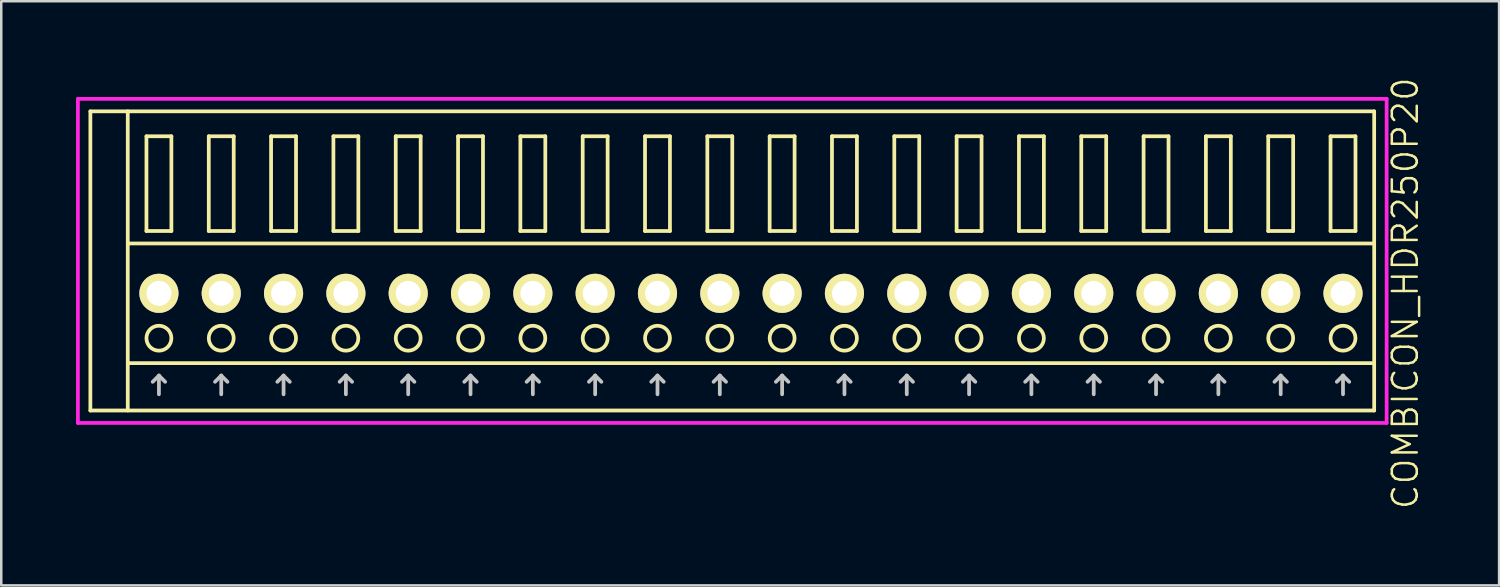
<source format=kicad_pcb>
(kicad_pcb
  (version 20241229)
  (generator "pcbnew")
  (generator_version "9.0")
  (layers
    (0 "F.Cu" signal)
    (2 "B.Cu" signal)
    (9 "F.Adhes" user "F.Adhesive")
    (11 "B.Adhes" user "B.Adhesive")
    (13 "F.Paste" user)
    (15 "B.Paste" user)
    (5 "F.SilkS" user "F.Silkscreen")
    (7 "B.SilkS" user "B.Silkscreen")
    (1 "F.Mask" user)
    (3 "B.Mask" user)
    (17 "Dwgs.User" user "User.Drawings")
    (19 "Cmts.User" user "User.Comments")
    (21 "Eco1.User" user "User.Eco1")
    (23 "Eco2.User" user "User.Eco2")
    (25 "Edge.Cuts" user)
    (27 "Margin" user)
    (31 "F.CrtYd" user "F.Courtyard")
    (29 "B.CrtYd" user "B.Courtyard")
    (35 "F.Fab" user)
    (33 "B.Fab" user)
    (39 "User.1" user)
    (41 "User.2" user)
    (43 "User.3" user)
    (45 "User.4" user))
  (footprint "COMBICON_HDR250P20"
    (layer "F.Cu")
    (at 27.075 8.717)
    (property "Reference" "COMBICON_HDR250P20" (at 26.25 0 90) (layer "F.SilkS") (effects (font (size 1 1) (thickness 0.1))))
    (attr through_hole)
    (fp_line (start -26.5 -7.3) (end -26.5 4.7) (stroke (width 0.15) (type solid)) (layer "F.SilkS"))
    (fp_line (start -26.5 4.7) (end 25 4.7) (stroke (width 0.15) (type solid)) (layer "F.SilkS"))
    (fp_line (start -25 -2) (end 25 -2) (stroke (width 0.15) (type solid)) (layer "F.SilkS"))
    (fp_line (start -25 2.8) (end 25 2.8) (stroke (width 0.15) (type solid)) (layer "F.SilkS"))
    (fp_line (start -25 4.7) (end -25 -7.3) (stroke (width 0.15) (type solid)) (layer "F.SilkS"))
    (fp_line (start -24.25 -6.3) (end -24.25 -2.5) (stroke (width 0.15) (type solid)) (layer "F.SilkS"))
    (fp_line (start -24.25 -2.5) (end -23.25 -2.5) (stroke (width 0.15) (type solid)) (layer "F.SilkS"))
    (fp_line (start -23.25 -6.3) (end -24.25 -6.3) (stroke (width 0.15) (type solid)) (layer "F.SilkS"))
    (fp_line (start -23.25 -2.5) (end -23.25 -6.3) (stroke (width 0.15) (type solid)) (layer "F.SilkS"))
    (fp_line (start -21.75 -6.3) (end -21.75 -2.5) (stroke (width 0.15) (type solid)) (layer "F.SilkS"))
    (fp_line (start -21.75 -2.5) (end -20.75 -2.5) (stroke (width 0.15) (type solid)) (layer "F.SilkS"))
    (fp_line (start -20.75 -6.3) (end -21.75 -6.3) (stroke (width 0.15) (type solid)) (layer "F.SilkS"))
    (fp_line (start -20.75 -2.5) (end -20.75 -6.3) (stroke (width 0.15) (type solid)) (layer "F.SilkS"))
    (fp_line (start -19.25 -6.3) (end -19.25 -2.5) (stroke (width 0.15) (type solid)) (layer "F.SilkS"))
    (fp_line (start -19.25 -2.5) (end -18.25 -2.5) (stroke (width 0.15) (type solid)) (layer "F.SilkS"))
    (fp_line (start -18.25 -6.3) (end -19.25 -6.3) (stroke (width 0.15) (type solid)) (layer "F.SilkS"))
    (fp_line (start -18.25 -2.5) (end -18.25 -6.3) (stroke (width 0.15) (type solid)) (layer "F.SilkS"))
    (fp_line (start -16.75 -6.3) (end -16.75 -2.5) (stroke (width 0.15) (type solid)) (layer "F.SilkS"))
    (fp_line (start -16.75 -2.5) (end -15.75 -2.5) (stroke (width 0.15) (type solid)) (layer "F.SilkS"))
    (fp_line (start -15.75 -6.3) (end -16.75 -6.3) (stroke (width 0.15) (type solid)) (layer "F.SilkS"))
    (fp_line (start -15.75 -2.5) (end -15.75 -6.3) (stroke (width 0.15) (type solid)) (layer "F.SilkS"))
    (fp_line (start -14.25 -6.3) (end -14.25 -2.5) (stroke (width 0.15) (type solid)) (layer "F.SilkS"))
    (fp_line (start -14.25 -2.5) (end -13.25 -2.5) (stroke (width 0.15) (type solid)) (layer "F.SilkS"))
    (fp_line (start -13.25 -6.3) (end -14.25 -6.3) (stroke (width 0.15) (type solid)) (layer "F.SilkS"))
    (fp_line (start -13.25 -2.5) (end -13.25 -6.3) (stroke (width 0.15) (type solid)) (layer "F.SilkS"))
    (fp_line (start -11.75 -6.3) (end -11.75 -2.5) (stroke (width 0.15) (type solid)) (layer "F.SilkS"))
    (fp_line (start -11.75 -2.5) (end -10.75 -2.5) (stroke (width 0.15) (type solid)) (layer "F.SilkS"))
    (fp_line (start -10.75 -6.3) (end -11.75 -6.3) (stroke (width 0.15) (type solid)) (layer "F.SilkS"))
    (fp_line (start -10.75 -2.5) (end -10.75 -6.3) (stroke (width 0.15) (type solid)) (layer "F.SilkS"))
    (fp_line (start -9.25 -6.3) (end -9.25 -2.5) (stroke (width 0.15) (type solid)) (layer "F.SilkS"))
    (fp_line (start -9.25 -2.5) (end -8.25 -2.5) (stroke (width 0.15) (type solid)) (layer "F.SilkS"))
    (fp_line (start -8.25 -6.3) (end -9.25 -6.3) (stroke (width 0.15) (type solid)) (layer "F.SilkS"))
    (fp_line (start -8.25 -2.5) (end -8.25 -6.3) (stroke (width 0.15) (type solid)) (layer "F.SilkS"))
    (fp_line (start -6.75 -6.3) (end -6.75 -2.5) (stroke (width 0.15) (type solid)) (layer "F.SilkS"))
    (fp_line (start -6.75 -2.5) (end -5.75 -2.5) (stroke (width 0.15) (type solid)) (layer "F.SilkS"))
    (fp_line (start -5.75 -6.3) (end -6.75 -6.3) (stroke (width 0.15) (type solid)) (layer "F.SilkS"))
    (fp_line (start -5.75 -2.5) (end -5.75 -6.3) (stroke (width 0.15) (type solid)) (layer "F.SilkS"))
    (fp_line (start -4.25 -6.3) (end -4.25 -2.5) (stroke (width 0.15) (type solid)) (layer "F.SilkS"))
    (fp_line (start -4.25 -2.5) (end -3.25 -2.5) (stroke (width 0.15) (type solid)) (layer "F.SilkS"))
    (fp_line (start -3.25 -6.3) (end -4.25 -6.3) (stroke (width 0.15) (type solid)) (layer "F.SilkS"))
    (fp_line (start -3.25 -2.5) (end -3.25 -6.3) (stroke (width 0.15) (type solid)) (layer "F.SilkS"))
    (fp_line (start -1.75 -6.3) (end -1.75 -2.5) (stroke (width 0.15) (type solid)) (layer "F.SilkS"))
    (fp_line (start -1.75 -2.5) (end -0.75 -2.5) (stroke (width 0.15) (type solid)) (layer "F.SilkS"))
    (fp_line (start -0.75 -6.3) (end -1.75 -6.3) (stroke (width 0.15) (type solid)) (layer "F.SilkS"))
    (fp_line (start -0.75 -2.5) (end -0.75 -6.3) (stroke (width 0.15) (type solid)) (layer "F.SilkS"))
    (fp_line (start 0.75 -6.3) (end 0.75 -2.5) (stroke (width 0.15) (type solid)) (layer "F.SilkS"))
    (fp_line (start 0.75 -2.5) (end 1.75 -2.5) (stroke (width 0.15) (type solid)) (layer "F.SilkS"))
    (fp_line (start 1.75 -6.3) (end 0.75 -6.3) (stroke (width 0.15) (type solid)) (layer "F.SilkS"))
    (fp_line (start 1.75 -2.5) (end 1.75 -6.3) (stroke (width 0.15) (type solid)) (layer "F.SilkS"))
    (fp_line (start 3.25 -6.3) (end 3.25 -2.5) (stroke (width 0.15) (type solid)) (layer "F.SilkS"))
    (fp_line (start 3.25 -2.5) (end 4.25 -2.5) (stroke (width 0.15) (type solid)) (layer "F.SilkS"))
    (fp_line (start 4.25 -6.3) (end 3.25 -6.3) (stroke (width 0.15) (type solid)) (layer "F.SilkS"))
    (fp_line (start 4.25 -2.5) (end 4.25 -6.3) (stroke (width 0.15) (type solid)) (layer "F.SilkS"))
    (fp_line (start 5.75 -6.3) (end 5.75 -2.5) (stroke (width 0.15) (type solid)) (layer "F.SilkS"))
    (fp_line (start 5.75 -2.5) (end 6.75 -2.5) (stroke (width 0.15) (type solid)) (layer "F.SilkS"))
    (fp_line (start 6.75 -6.3) (end 5.75 -6.3) (stroke (width 0.15) (type solid)) (layer "F.SilkS"))
    (fp_line (start 6.75 -2.5) (end 6.75 -6.3) (stroke (width 0.15) (type solid)) (layer "F.SilkS"))
    (fp_line (start 8.25 -6.3) (end 8.25 -2.5) (stroke (width 0.15) (type solid)) (layer "F.SilkS"))
    (fp_line (start 8.25 -2.5) (end 9.25 -2.5) (stroke (width 0.15) (type solid)) (layer "F.SilkS"))
    (fp_line (start 9.25 -6.3) (end 8.25 -6.3) (stroke (width 0.15) (type solid)) (layer "F.SilkS"))
    (fp_line (start 9.25 -2.5) (end 9.25 -6.3) (stroke (width 0.15) (type solid)) (layer "F.SilkS"))
    (fp_line (start 10.75 -6.3) (end 10.75 -2.5) (stroke (width 0.15) (type solid)) (layer "F.SilkS"))
    (fp_line (start 10.75 -2.5) (end 11.75 -2.5) (stroke (width 0.15) (type solid)) (layer "F.SilkS"))
    (fp_line (start 11.75 -6.3) (end 10.75 -6.3) (stroke (width 0.15) (type solid)) (layer "F.SilkS"))
    (fp_line (start 11.75 -2.5) (end 11.75 -6.3) (stroke (width 0.15) (type solid)) (layer "F.SilkS"))
    (fp_line (start 13.25 -6.3) (end 13.25 -2.5) (stroke (width 0.15) (type solid)) (layer "F.SilkS"))
    (fp_line (start 13.25 -2.5) (end 14.25 -2.5) (stroke (width 0.15) (type solid)) (layer "F.SilkS"))
    (fp_line (start 14.25 -6.3) (end 13.25 -6.3) (stroke (width 0.15) (type solid)) (layer "F.SilkS"))
    (fp_line (start 14.25 -2.5) (end 14.25 -6.3) (stroke (width 0.15) (type solid)) (layer "F.SilkS"))
    (fp_line (start 15.75 -6.3) (end 15.75 -2.5) (stroke (width 0.15) (type solid)) (layer "F.SilkS"))
    (fp_line (start 15.75 -2.5) (end 16.75 -2.5) (stroke (width 0.15) (type solid)) (layer "F.SilkS"))
    (fp_line (start 16.75 -6.3) (end 15.75 -6.3) (stroke (width 0.15) (type solid)) (layer "F.SilkS"))
    (fp_line (start 16.75 -2.5) (end 16.75 -6.3) (stroke (width 0.15) (type solid)) (layer "F.SilkS"))
    (fp_line (start 18.25 -6.3) (end 18.25 -2.5) (stroke (width 0.15) (type solid)) (layer "F.SilkS"))
    (fp_line (start 18.25 -2.5) (end 19.25 -2.5) (stroke (width 0.15) (type solid)) (layer "F.SilkS"))
    (fp_line (start 19.25 -6.3) (end 18.25 -6.3) (stroke (width 0.15) (type solid)) (layer "F.SilkS"))
    (fp_line (start 19.25 -2.5) (end 19.25 -6.3) (stroke (width 0.15) (type solid)) (layer "F.SilkS"))
    (fp_line (start 20.75 -6.3) (end 20.75 -2.5) (stroke (width 0.15) (type solid)) (layer "F.SilkS"))
    (fp_line (start 20.75 -2.5) (end 21.75 -2.5) (stroke (width 0.15) (type solid)) (layer "F.SilkS"))
    (fp_line (start 21.75 -6.3) (end 20.75 -6.3) (stroke (width 0.15) (type solid)) (layer "F.SilkS"))
    (fp_line (start 21.75 -2.5) (end 21.75 -6.3) (stroke (width 0.15) (type solid)) (layer "F.SilkS"))
    (fp_line (start 23.25 -6.3) (end 23.25 -2.5) (stroke (width 0.15) (type solid)) (layer "F.SilkS"))
    (fp_line (start 23.25 -2.5) (end 24.25 -2.5) (stroke (width 0.15) (type solid)) (layer "F.SilkS"))
    (fp_line (start 24.25 -6.3) (end 23.25 -6.3) (stroke (width 0.15) (type solid)) (layer "F.SilkS"))
    (fp_line (start 24.25 -2.5) (end 24.25 -6.3) (stroke (width 0.15) (type solid)) (layer "F.SilkS"))
    (fp_line (start 25 -7.3) (end -26.5 -7.3) (stroke (width 0.15) (type solid)) (layer "F.SilkS"))
    (fp_line (start 25 4.7) (end 25 -7.3) (stroke (width 0.15) (type solid)) (layer "F.SilkS"))
    (fp_circle (center -23.75 1.8) (end -23.25 1.8) (stroke (width 0.15) (type solid)) (fill no) (layer "F.SilkS"))
    (fp_circle (center -21.25 1.8) (end -20.75 1.8) (stroke (width 0.15) (type solid)) (fill no) (layer "F.SilkS"))
    (fp_circle (center -18.75 1.8) (end -18.25 1.8) (stroke (width 0.15) (type solid)) (fill no) (layer "F.SilkS"))
    (fp_circle (center -16.25 1.8) (end -15.75 1.8) (stroke (width 0.15) (type solid)) (fill no) (layer "F.SilkS"))
    (fp_circle (center -13.75 1.8) (end -13.25 1.8) (stroke (width 0.15) (type solid)) (fill no) (layer "F.SilkS"))
    (fp_circle (center -11.25 1.8) (end -10.75 1.8) (stroke (width 0.15) (type solid)) (fill no) (layer "F.SilkS"))
    (fp_circle (center -8.75 1.8) (end -8.25 1.8) (stroke (width 0.15) (type solid)) (fill no) (layer "F.SilkS"))
    (fp_circle (center -6.25 1.8) (end -5.75 1.8) (stroke (width 0.15) (type solid)) (fill no) (layer "F.SilkS"))
    (fp_circle (center -3.75 1.8) (end -3.25 1.8) (stroke (width 0.15) (type solid)) (fill no) (layer "F.SilkS"))
    (fp_circle (center -1.25 1.8) (end -0.75 1.8) (stroke (width 0.15) (type solid)) (fill no) (layer "F.SilkS"))
    (fp_circle (center 1.25 1.8) (end 1.75 1.8) (stroke (width 0.15) (type solid)) (fill no) (layer "F.SilkS"))
    (fp_circle (center 3.75 1.8) (end 4.25 1.8) (stroke (width 0.15) (type solid)) (fill no) (layer "F.SilkS"))
    (fp_circle (center 6.25 1.8) (end 6.75 1.8) (stroke (width 0.15) (type solid)) (fill no) (layer "F.SilkS"))
    (fp_circle (center 8.75 1.8) (end 9.25 1.8) (stroke (width 0.15) (type solid)) (fill no) (layer "F.SilkS"))
    (fp_circle (center 11.25 1.8) (end 11.75 1.8) (stroke (width 0.15) (type solid)) (fill no) (layer "F.SilkS"))
    (fp_circle (center 13.75 1.8) (end 14.25 1.8) (stroke (width 0.15) (type solid)) (fill no) (layer "F.SilkS"))
    (fp_circle (center 16.25 1.8) (end 16.75 1.8) (stroke (width 0.15) (type solid)) (fill no) (layer "F.SilkS"))
    (fp_circle (center 18.75 1.8) (end 19.25 1.8) (stroke (width 0.15) (type solid)) (fill no) (layer "F.SilkS"))
    (fp_circle (center 21.25 1.8) (end 21.75 1.8) (stroke (width 0.15) (type solid)) (fill no) (layer "F.SilkS"))
    (fp_circle (center 23.75 1.8) (end 24.25 1.8) (stroke (width 0.15) (type solid)) (fill no) (layer "F.SilkS"))
    (fp_line (start -24 3.55) (end -23.75 3.3) (stroke (width 0.15) (type solid)) (layer "Dwgs.User"))
    (fp_line (start -23.75 4.05) (end -23.75 3.3) (stroke (width 0.15) (type solid)) (layer "Dwgs.User"))
    (fp_line (start -23.5 3.55) (end -23.75 3.3) (stroke (width 0.15) (type solid)) (layer "Dwgs.User"))
    (fp_line (start -21.5 3.55) (end -21.25 3.3) (stroke (width 0.15) (type solid)) (layer "Dwgs.User"))
    (fp_line (start -21.25 4.05) (end -21.25 3.3) (stroke (width 0.15) (type solid)) (layer "Dwgs.User"))
    (fp_line (start -21 3.55) (end -21.25 3.3) (stroke (width 0.15) (type solid)) (layer "Dwgs.User"))
    (fp_line (start -19 3.55) (end -18.75 3.3) (stroke (width 0.15) (type solid)) (layer "Dwgs.User"))
    (fp_line (start -18.75 4.05) (end -18.75 3.3) (stroke (width 0.15) (type solid)) (layer "Dwgs.User"))
    (fp_line (start -18.5 3.55) (end -18.75 3.3) (stroke (width 0.15) (type solid)) (layer "Dwgs.User"))
    (fp_line (start -16.5 3.55) (end -16.25 3.3) (stroke (width 0.15) (type solid)) (layer "Dwgs.User"))
    (fp_line (start -16.25 4.05) (end -16.25 3.3) (stroke (width 0.15) (type solid)) (layer "Dwgs.User"))
    (fp_line (start -16 3.55) (end -16.25 3.3) (stroke (width 0.15) (type solid)) (layer "Dwgs.User"))
    (fp_line (start -14 3.55) (end -13.75 3.3) (stroke (width 0.15) (type solid)) (layer "Dwgs.User"))
    (fp_line (start -13.75 4.05) (end -13.75 3.3) (stroke (width 0.15) (type solid)) (layer "Dwgs.User"))
    (fp_line (start -13.5 3.55) (end -13.75 3.3) (stroke (width 0.15) (type solid)) (layer "Dwgs.User"))
    (fp_line (start -11.5 3.55) (end -11.25 3.3) (stroke (width 0.15) (type solid)) (layer "Dwgs.User"))
    (fp_line (start -11.25 4.05) (end -11.25 3.3) (stroke (width 0.15) (type solid)) (layer "Dwgs.User"))
    (fp_line (start -11 3.55) (end -11.25 3.3) (stroke (width 0.15) (type solid)) (layer "Dwgs.User"))
    (fp_line (start -9 3.55) (end -8.75 3.3) (stroke (width 0.15) (type solid)) (layer "Dwgs.User"))
    (fp_line (start -8.75 4.05) (end -8.75 3.3) (stroke (width 0.15) (type solid)) (layer "Dwgs.User"))
    (fp_line (start -8.5 3.55) (end -8.75 3.3) (stroke (width 0.15) (type solid)) (layer "Dwgs.User"))
    (fp_line (start -6.5 3.55) (end -6.25 3.3) (stroke (width 0.15) (type solid)) (layer "Dwgs.User"))
    (fp_line (start -6.25 4.05) (end -6.25 3.3) (stroke (width 0.15) (type solid)) (layer "Dwgs.User"))
    (fp_line (start -6 3.55) (end -6.25 3.3) (stroke (width 0.15) (type solid)) (layer "Dwgs.User"))
    (fp_line (start -4 3.55) (end -3.75 3.3) (stroke (width 0.15) (type solid)) (layer "Dwgs.User"))
    (fp_line (start -3.75 4.05) (end -3.75 3.3) (stroke (width 0.15) (type solid)) (layer "Dwgs.User"))
    (fp_line (start -3.5 3.55) (end -3.75 3.3) (stroke (width 0.15) (type solid)) (layer "Dwgs.User"))
    (fp_line (start -1.5 3.55) (end -1.25 3.3) (stroke (width 0.15) (type solid)) (layer "Dwgs.User"))
    (fp_line (start -1.25 4.05) (end -1.25 3.3) (stroke (width 0.15) (type solid)) (layer "Dwgs.User"))
    (fp_line (start -1 3.55) (end -1.25 3.3) (stroke (width 0.15) (type solid)) (layer "Dwgs.User"))
    (fp_line (start 1 3.55) (end 1.25 3.3) (stroke (width 0.15) (type solid)) (layer "Dwgs.User"))
    (fp_line (start 1.25 4.05) (end 1.25 3.3) (stroke (width 0.15) (type solid)) (layer "Dwgs.User"))
    (fp_line (start 1.5 3.55) (end 1.25 3.3) (stroke (width 0.15) (type solid)) (layer "Dwgs.User"))
    (fp_line (start 3.5 3.55) (end 3.75 3.3) (stroke (width 0.15) (type solid)) (layer "Dwgs.User"))
    (fp_line (start 3.75 4.05) (end 3.75 3.3) (stroke (width 0.15) (type solid)) (layer "Dwgs.User"))
    (fp_line (start 4 3.55) (end 3.75 3.3) (stroke (width 0.15) (type solid)) (layer "Dwgs.User"))
    (fp_line (start 6 3.55) (end 6.25 3.3) (stroke (width 0.15) (type solid)) (layer "Dwgs.User"))
    (fp_line (start 6.25 4.05) (end 6.25 3.3) (stroke (width 0.15) (type solid)) (layer "Dwgs.User"))
    (fp_line (start 6.5 3.55) (end 6.25 3.3) (stroke (width 0.15) (type solid)) (layer "Dwgs.User"))
    (fp_line (start 8.5 3.55) (end 8.75 3.3) (stroke (width 0.15) (type solid)) (layer "Dwgs.User"))
    (fp_line (start 8.75 4.05) (end 8.75 3.3) (stroke (width 0.15) (type solid)) (layer "Dwgs.User"))
    (fp_line (start 9 3.55) (end 8.75 3.3) (stroke (width 0.15) (type solid)) (layer "Dwgs.User"))
    (fp_line (start 11 3.55) (end 11.25 3.3) (stroke (width 0.15) (type solid)) (layer "Dwgs.User"))
    (fp_line (start 11.25 4.05) (end 11.25 3.3) (stroke (width 0.15) (type solid)) (layer "Dwgs.User"))
    (fp_line (start 11.5 3.55) (end 11.25 3.3) (stroke (width 0.15) (type solid)) (layer "Dwgs.User"))
    (fp_line (start 13.5 3.55) (end 13.75 3.3) (stroke (width 0.15) (type solid)) (layer "Dwgs.User"))
    (fp_line (start 13.75 4.05) (end 13.75 3.3) (stroke (width 0.15) (type solid)) (layer "Dwgs.User"))
    (fp_line (start 14 3.55) (end 13.75 3.3) (stroke (width 0.15) (type solid)) (layer "Dwgs.User"))
    (fp_line (start 16 3.55) (end 16.25 3.3) (stroke (width 0.15) (type solid)) (layer "Dwgs.User"))
    (fp_line (start 16.25 4.05) (end 16.25 3.3) (stroke (width 0.15) (type solid)) (layer "Dwgs.User"))
    (fp_line (start 16.5 3.55) (end 16.25 3.3) (stroke (width 0.15) (type solid)) (layer "Dwgs.User"))
    (fp_line (start 18.5 3.55) (end 18.75 3.3) (stroke (width 0.15) (type solid)) (layer "Dwgs.User"))
    (fp_line (start 18.75 4.05) (end 18.75 3.3) (stroke (width 0.15) (type solid)) (layer "Dwgs.User"))
    (fp_line (start 19 3.55) (end 18.75 3.3) (stroke (width 0.15) (type solid)) (layer "Dwgs.User"))
    (fp_line (start 21 3.55) (end 21.25 3.3) (stroke (width 0.15) (type solid)) (layer "Dwgs.User"))
    (fp_line (start 21.25 4.05) (end 21.25 3.3) (stroke (width 0.15) (type solid)) (layer "Dwgs.User"))
    (fp_line (start 21.5 3.55) (end 21.25 3.3) (stroke (width 0.15) (type solid)) (layer "Dwgs.User"))
    (fp_line (start 23.5 3.55) (end 23.75 3.3) (stroke (width 0.15) (type solid)) (layer "Dwgs.User"))
    (fp_line (start 23.75 4.05) (end 23.75 3.3) (stroke (width 0.15) (type solid)) (layer "Dwgs.User"))
    (fp_line (start 24 3.55) (end 23.75 3.3) (stroke (width 0.15) (type solid)) (layer "Dwgs.User"))
    (fp_line (start -27 -7.8) (end -27 5.2) (stroke (width 0.15) (type solid)) (layer "F.CrtYd"))
    (fp_line (start -27 5.2) (end 25.5 5.2) (stroke (width 0.15) (type solid)) (layer "F.CrtYd"))
    (fp_line (start 25.5 -7.8) (end -27 -7.8) (stroke (width 0.15) (type solid)) (layer "F.CrtYd"))
    (fp_line (start 25.5 5.2) (end 25.5 -7.8) (stroke (width 0.15) (type solid)) (layer "F.CrtYd"))
    (pad "1" thru_hole oval (at -23.75 0) (size 1.57 1.57) (drill 1) (layers "*.Cu" "*.Mask" "F.SilkS"))
    (pad "2" thru_hole oval (at -21.25 0) (size 1.57 1.57) (drill 1) (layers "*.Cu" "*.Mask" "F.SilkS"))
    (pad "3" thru_hole oval (at -18.75 0) (size 1.57 1.57) (drill 1) (layers "*.Cu" "*.Mask" "F.SilkS"))
    (pad "4" thru_hole oval (at -16.25 0) (size 1.57 1.57) (drill 1) (layers "*.Cu" "*.Mask" "F.SilkS"))
    (pad "5" thru_hole oval (at -13.75 0) (size 1.57 1.57) (drill 1) (layers "*.Cu" "*.Mask" "F.SilkS"))
    (pad "6" thru_hole oval (at -11.25 0) (size 1.57 1.57) (drill 1) (layers "*.Cu" "*.Mask" "F.SilkS"))
    (pad "7" thru_hole oval (at -8.75 0) (size 1.57 1.57) (drill 1) (layers "*.Cu" "*.Mask" "F.SilkS"))
    (pad "8" thru_hole oval (at -6.25 0) (size 1.57 1.57) (drill 1) (layers "*.Cu" "*.Mask" "F.SilkS"))
    (pad "9" thru_hole oval (at -3.75 0) (size 1.57 1.57) (drill 1) (layers "*.Cu" "*.Mask" "F.SilkS"))
    (pad "10" thru_hole oval (at -1.25 0) (size 1.57 1.57) (drill 1) (layers "*.Cu" "*.Mask" "F.SilkS"))
    (pad "11" thru_hole oval (at 1.25 0) (size 1.57 1.57) (drill 1) (layers "*.Cu" "*.Mask" "F.SilkS"))
    (pad "12" thru_hole oval (at 3.75 0) (size 1.57 1.57) (drill 1) (layers "*.Cu" "*.Mask" "F.SilkS"))
    (pad "13" thru_hole oval (at 6.25 0) (size 1.57 1.57) (drill 1) (layers "*.Cu" "*.Mask" "F.SilkS"))
    (pad "14" thru_hole oval (at 8.75 0) (size 1.57 1.57) (drill 1) (layers "*.Cu" "*.Mask" "F.SilkS"))
    (pad "15" thru_hole oval (at 11.25 0) (size 1.57 1.57) (drill 1) (layers "*.Cu" "*.Mask" "F.SilkS"))
    (pad "16" thru_hole oval (at 13.75 0) (size 1.57 1.57) (drill 1) (layers "*.Cu" "*.Mask" "F.SilkS"))
    (pad "17" thru_hole oval (at 16.25 0) (size 1.57 1.57) (drill 1) (layers "*.Cu" "*.Mask" "F.SilkS"))
    (pad "18" thru_hole oval (at 18.75 0) (size 1.57 1.57) (drill 1) (layers "*.Cu" "*.Mask" "F.SilkS"))
    (pad "19" thru_hole oval (at 21.25 0) (size 1.57 1.57) (drill 1) (layers "*.Cu" "*.Mask" "F.SilkS"))
    (pad "20" thru_hole oval (at 23.75 0) (size 1.57 1.57) (drill 1) (layers "*.Cu" "*.Mask" "F.SilkS")))
  (gr_rect
    (start -3 -3)
    (end 57.086 20.433)
    (stroke (width 0.1) (type default))
    (fill no)
    (layer "Edge.Cuts")))
</source>
